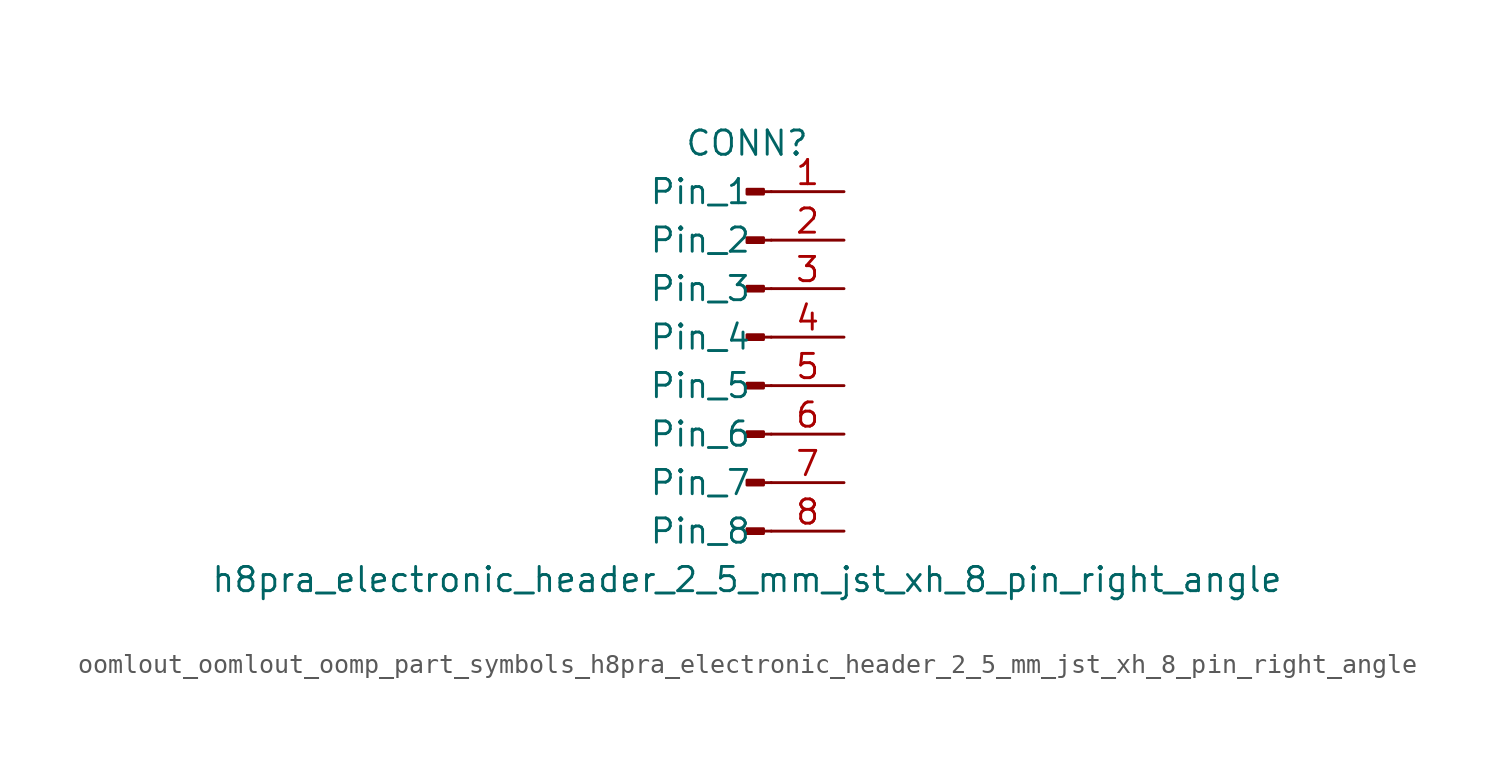
<source format=kicad_sym>
(kicad_symbol_lib
  (version 20220914)
  (generator kicad_symbol_editor)
  (symbol "oomlout_oomlout_oomp_part_symbols_h8pra_electronic_header_2_5_mm_jst_xh_8_pin_right_angle"
    (pin_names
      (offset 1.016))
    (property "Reference" "CONN"
      (at 0 10.16 0)
      (effects (font (size 1.27 1.27))))
    (property "Value" "h8pra_electronic_header_2_5_mm_jst_xh_8_pin_right_angle"
      (at 0 -12.7 0)
      (effects (font (size 1.27 1.27))))
    (property "ki_locked" ""
      (at 0 0 0)
      (effects (font (size 1.27 1.27))))
    (symbol "oomlout_oomlout_oomp_part_symbols_h8pra_electronic_header_2_5_mm_jst_xh_8_pin_right_angle_1_1"
      (polyline (pts (xy 1.27 -10.16) (xy 0.864 -10.16)) (stroke (width 0.152) (type default)) (fill (type none)))
      (polyline (pts (xy 1.27 -7.62) (xy 0.864 -7.62)) (stroke (width 0.152) (type default)) (fill (type none)))
      (polyline (pts (xy 1.27 -5.08) (xy 0.864 -5.08)) (stroke (width 0.152) (type default)) (fill (type none)))
      (polyline (pts (xy 1.27 -2.54) (xy 0.864 -2.54)) (stroke (width 0.152) (type default)) (fill (type none)))
      (polyline (pts (xy 1.27 0) (xy 0.864 0)) (stroke (width 0.152) (type default)) (fill (type none)))
      (polyline (pts (xy 1.27 2.54) (xy 0.864 2.54)) (stroke (width 0.152) (type default)) (fill (type none)))
      (polyline (pts (xy 1.27 5.08) (xy 0.864 5.08)) (stroke (width 0.152) (type default)) (fill (type none)))
      (polyline (pts (xy 1.27 7.62) (xy 0.864 7.62)) (stroke (width 0.152) (type default)) (fill (type none)))
      (rectangle (start 0.864 -10.033) (end 0 -10.287) (stroke (width 0.152) (type default)) (fill (type outline)))
      (rectangle (start 0.864 -7.493) (end 0 -7.747) (stroke (width 0.152) (type default)) (fill (type outline)))
      (rectangle (start 0.864 -4.953) (end 0 -5.207) (stroke (width 0.152) (type default)) (fill (type outline)))
      (rectangle (start 0.864 -2.413) (end 0 -2.667) (stroke (width 0.152) (type default)) (fill (type outline)))
      (rectangle (start 0.864 0.127) (end 0 -0.127) (stroke (width 0.152) (type default)) (fill (type outline)))
      (rectangle (start 0.864 2.667) (end 0 2.413) (stroke (width 0.152) (type default)) (fill (type outline)))
      (rectangle (start 0.864 5.207) (end 0 4.953) (stroke (width 0.152) (type default)) (fill (type outline)))
      (rectangle (start 0.864 7.747) (end 0 7.493) (stroke (width 0.152) (type default)) (fill (type outline)))
      (pin passive line (at 5.08 7.62 180) (length 3.81) (name "Pin_1" (effects (font (size 1.27 1.27)))) (number "1" (effects (font (size 1.27 1.27)))))
      (pin passive line (at 5.08 5.08 180) (length 3.81) (name "Pin_2" (effects (font (size 1.27 1.27)))) (number "2" (effects (font (size 1.27 1.27)))))
      (pin passive line (at 5.08 2.54 180) (length 3.81) (name "Pin_3" (effects (font (size 1.27 1.27)))) (number "3" (effects (font (size 1.27 1.27)))))
      (pin passive line (at 5.08 0 180) (length 3.81) (name "Pin_4" (effects (font (size 1.27 1.27)))) (number "4" (effects (font (size 1.27 1.27)))))
      (pin passive line (at 5.08 -2.54 180) (length 3.81) (name "Pin_5" (effects (font (size 1.27 1.27)))) (number "5" (effects (font (size 1.27 1.27)))))
      (pin passive line (at 5.08 -5.08 180) (length 3.81) (name "Pin_6" (effects (font (size 1.27 1.27)))) (number "6" (effects (font (size 1.27 1.27)))))
      (pin passive line (at 5.08 -7.62 180) (length 3.81) (name "Pin_7" (effects (font (size 1.27 1.27)))) (number "7" (effects (font (size 1.27 1.27)))))
      (pin passive line (at 5.08 -10.16 180) (length 3.81) (name "Pin_8" (effects (font (size 1.27 1.27)))) (number "8" (effects (font (size 1.27 1.27))))))))
</source>
